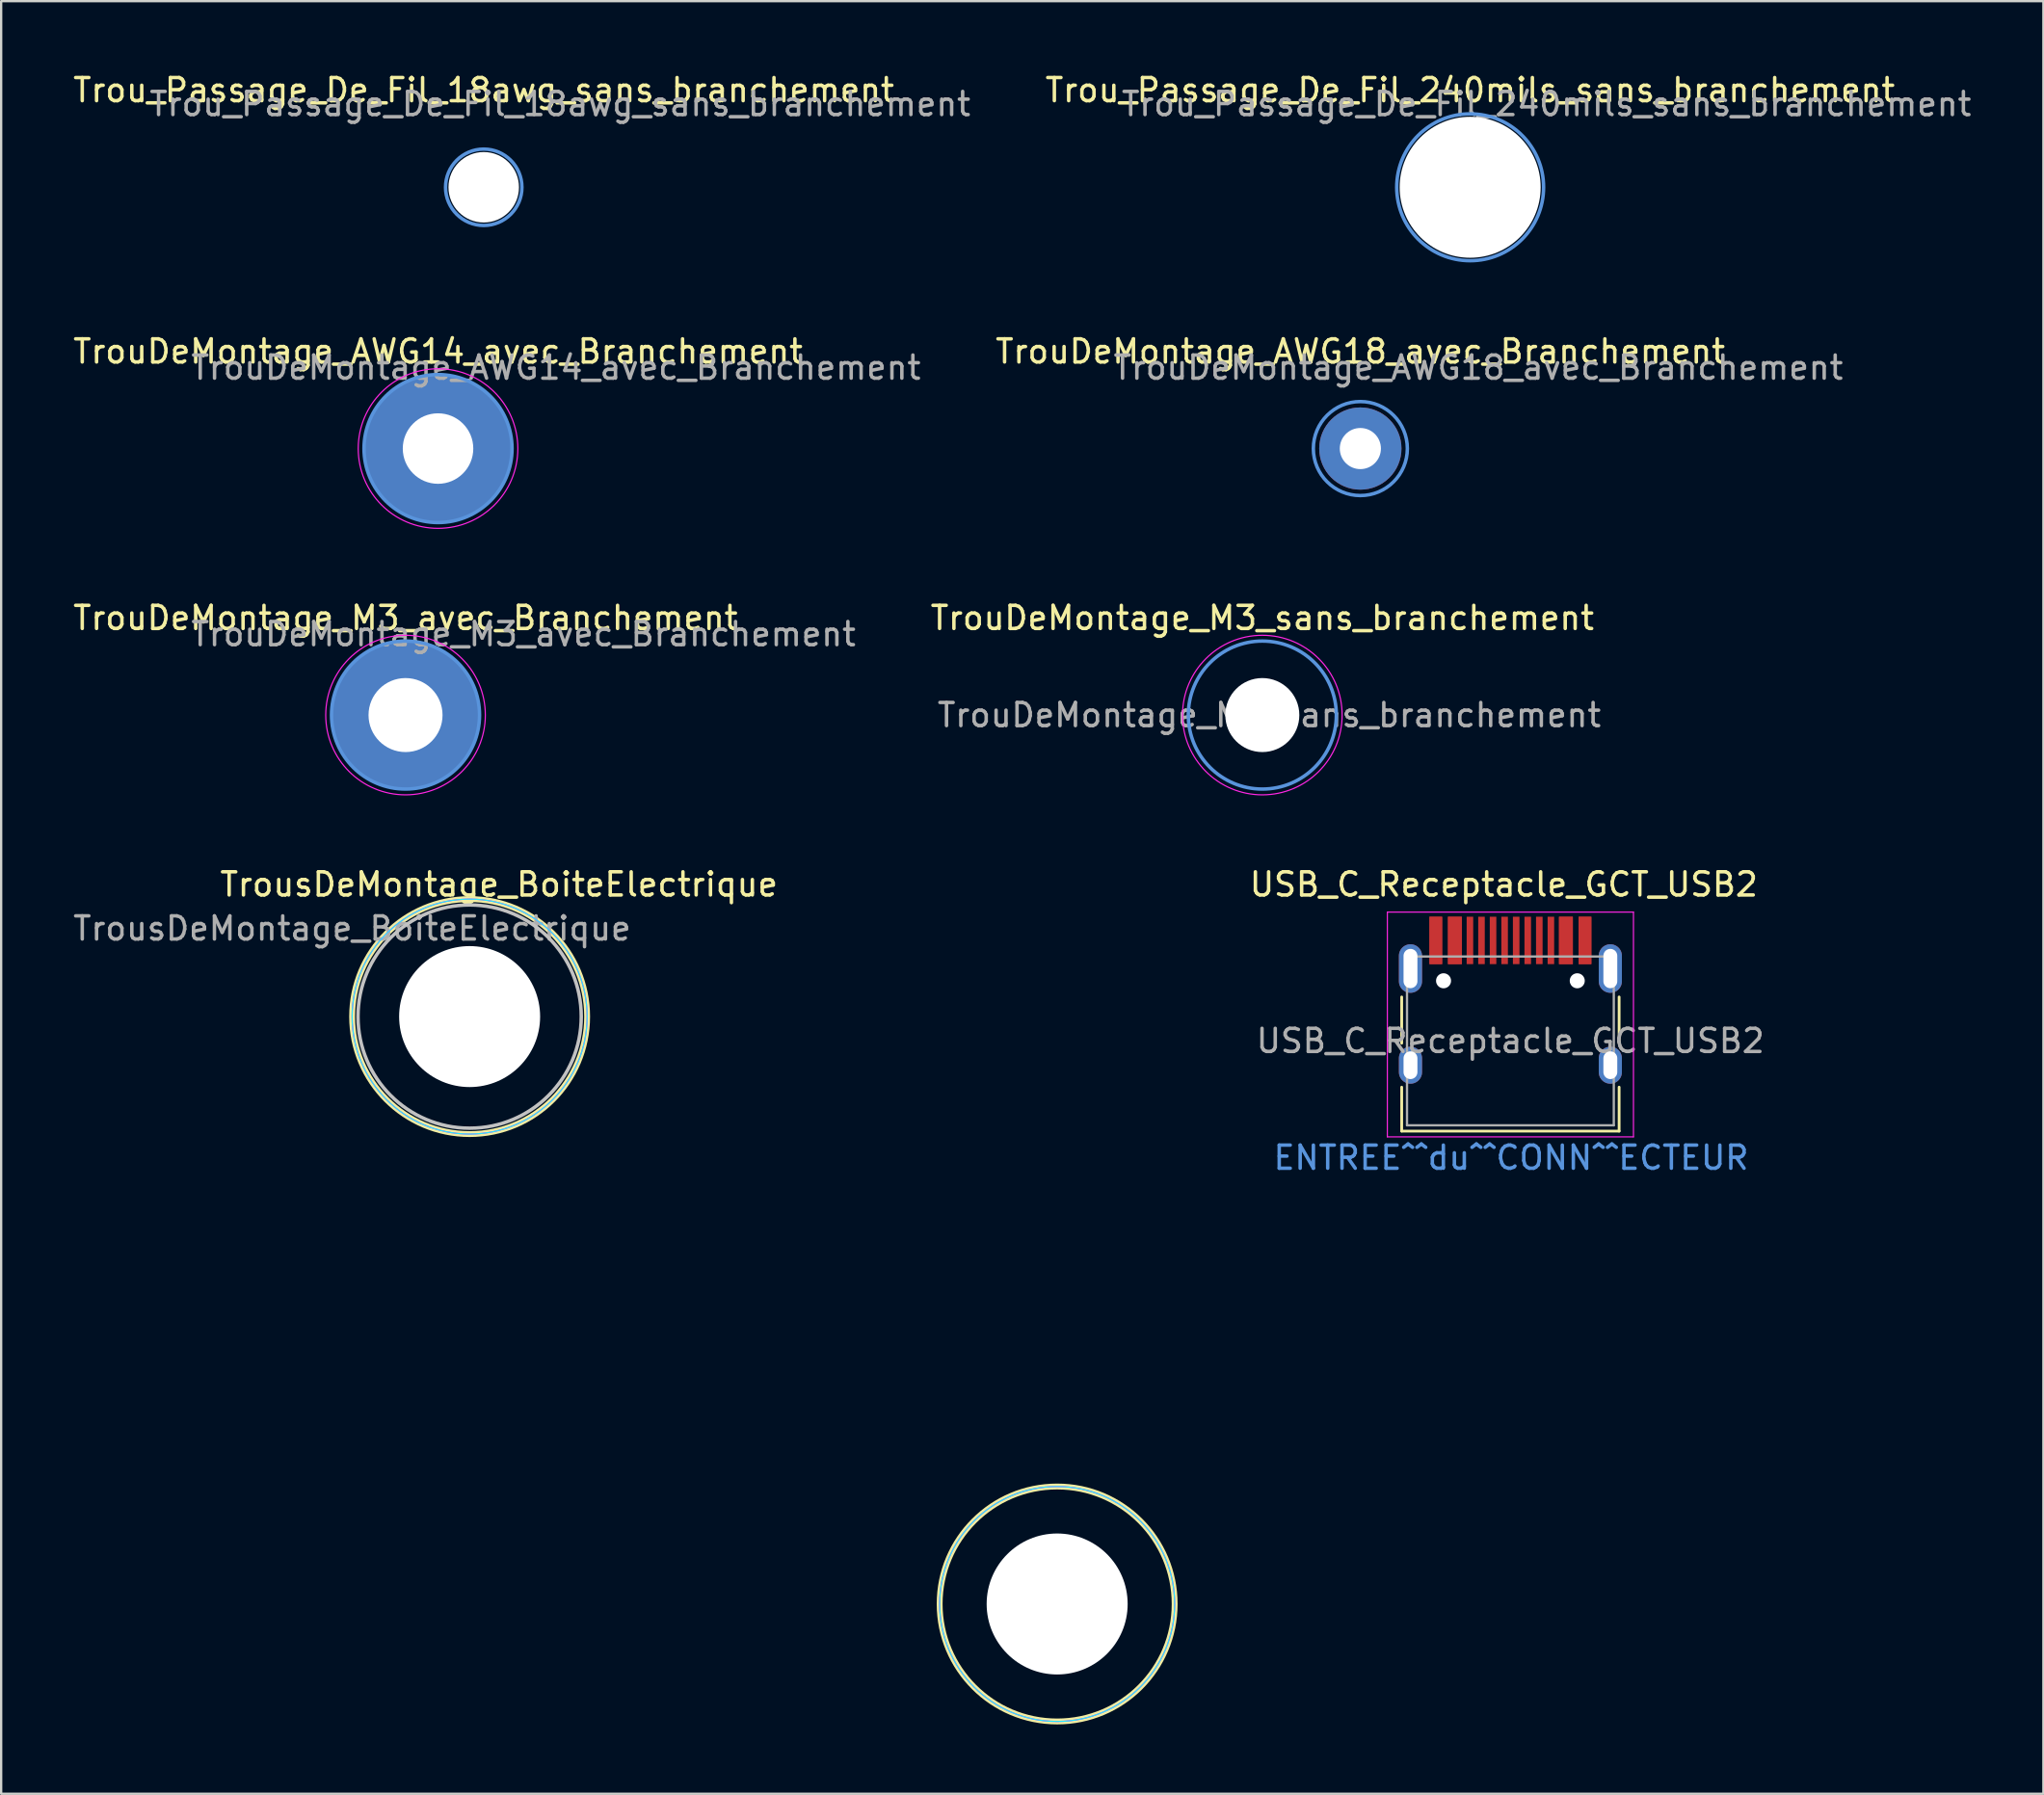
<source format=kicad_pcb>
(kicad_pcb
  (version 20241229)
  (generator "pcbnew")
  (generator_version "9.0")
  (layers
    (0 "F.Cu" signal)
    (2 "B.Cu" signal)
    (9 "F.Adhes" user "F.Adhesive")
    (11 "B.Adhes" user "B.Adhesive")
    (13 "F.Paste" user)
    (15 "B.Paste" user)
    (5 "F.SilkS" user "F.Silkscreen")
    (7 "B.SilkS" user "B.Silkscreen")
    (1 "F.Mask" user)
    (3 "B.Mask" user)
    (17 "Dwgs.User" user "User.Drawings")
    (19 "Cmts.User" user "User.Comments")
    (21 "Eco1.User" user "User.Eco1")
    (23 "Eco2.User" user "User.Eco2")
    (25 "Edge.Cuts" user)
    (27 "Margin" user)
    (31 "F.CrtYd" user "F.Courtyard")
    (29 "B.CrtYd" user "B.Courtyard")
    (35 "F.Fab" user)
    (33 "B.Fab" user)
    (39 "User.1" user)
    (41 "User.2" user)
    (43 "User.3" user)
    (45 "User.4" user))
  (footprint "TrouDeMontage_AWG18_avec_Branchement"
    (layer "F.Cu")
    (at 55.761 16.346)
    (property "Reference" "TrouDeMontage_AWG18_avec_Branchement" (at 0 -4.2 0) (layer "F.SilkS") (effects (font (size 1 1) (thickness 0.15))))
    (attr exclude_from_pos_files exclude_from_bom)
    (fp_circle (center 0 0) (end 2.032 0) (stroke (width 0.15) (type solid)) (fill no) (layer "Cmts.User"))
    (fp_circle (center 0 0) (end 2.032 0) (stroke (width 0.05) (type solid)) (fill no) (layer "F.CrtYd"))
    (fp_text user "${REFERENCE}" (at 5.1 -3.5 0) (layer "F.Fab") (effects (font (size 1 1) (thickness 0.15))))
    (pad "1" thru_hole circle (at 0 0) (size 3.556 3.556) (drill 1.778) (layers "*.Cu" "*.Mask")))
  (footprint "Trou_Passage_De_Fil_240mils_sans_branchement"
    (layer "F.Cu")
    (at 60.508 5.048)
    (property "Reference" "Trou_Passage_De_Fil_240mils_sans_branchement" (at 0 -4.2 0) (layer "F.SilkS") (effects (font (size 1 1) (thickness 0.15))))
    (attr exclude_from_pos_files exclude_from_bom)
    (fp_circle (center 0 0) (end 3.175 0) (stroke (width 0.15) (type solid)) (fill no) (layer "Cmts.User"))
    (fp_circle (center 0 0) (end 3.175 0) (stroke (width 0.05) (type solid)) (fill no) (layer "F.CrtYd"))
    (fp_text user "${REFERENCE}" (at 3.3 -3.6 0) (layer "F.Fab") (effects (font (size 1 1) (thickness 0.15))))
    (pad "" np_thru_hole circle (at 0 0) (size 6.096 6.096) (drill 6.096) (layers "*.Cu" "*.Mask")))
  (footprint "TrouDeMontage_M3_sans_branchement"
    (layer "F.Cu")
    (at 51.523 27.87)
    (property "Reference" "TrouDeMontage_M3_sans_branchement" (at 0 -4.2 0) (layer "F.SilkS") (effects (font (size 1 1) (thickness 0.15))))
    (attr exclude_from_pos_files exclude_from_bom)
    (fp_circle (center 0 0) (end 3.2 0) (stroke (width 0.15) (type solid)) (fill no) (layer "Cmts.User"))
    (fp_circle (center 0 0) (end 3.45 0) (stroke (width 0.05) (type solid)) (fill no) (layer "F.CrtYd"))
    (fp_text user "${REFERENCE}" (at 0.3 0 0) (layer "F.Fab") (effects (font (size 1 1) (thickness 0.15))))
    (pad "" np_thru_hole circle (at 0 0) (size 3.2 3.2) (drill 3.2) (layers "*.Cu" "*.Mask")))
  (footprint "USB_C_Receptacle_GCT_USB2"
    (layer "F.Cu")
    (at 62.248 41.96)
    (property "Reference" "USB_C_Receptacle_GCT_USB2" (at -0.287 -6.767 0) (layer "F.SilkS") (effects (font (size 1 1) (thickness 0.15))))
    (attr smd)
    (fp_line (start -4.7 -1.9) (end -4.7 0.1) (stroke (width 0.12) (type solid)) (layer "F.SilkS"))
    (fp_line (start -4.7 2) (end -4.7 3.9) (stroke (width 0.12) (type solid)) (layer "F.SilkS"))
    (fp_line (start -4.7 3.9) (end 4.7 3.9) (stroke (width 0.12) (type solid)) (layer "F.SilkS"))
    (fp_line (start 4.7 -1.9) (end 4.7 0.1) (stroke (width 0.12) (type solid)) (layer "F.SilkS"))
    (fp_line (start 4.7 2) (end 4.7 3.9) (stroke (width 0.12) (type solid)) (layer "F.SilkS"))
    (fp_line (start -5.32 -5.57) (end 5.32 -5.57) (stroke (width 0.05) (type solid)) (layer "F.CrtYd"))
    (fp_line (start -5.32 4.15) (end 5.32 4.15) (stroke (width 0.05) (type solid)) (layer "F.CrtYd"))
    (fp_line (start -5.319 -5.57) (end -5.32 4.15) (stroke (width 0.05) (type solid)) (layer "F.CrtYd"))
    (fp_line (start 5.32 -5.57) (end 5.32 4.15) (stroke (width 0.05) (type solid)) (layer "F.CrtYd"))
    (fp_line (start -4.47 -3.65) (end -4.47 3.65) (stroke (width 0.1) (type solid)) (layer "F.Fab"))
    (fp_line (start -4.47 -3.65) (end 4.47 -3.65) (stroke (width 0.1) (type solid)) (layer "F.Fab"))
    (fp_line (start -4.47 3.65) (end 4.47 3.65) (stroke (width 0.1) (type solid)) (layer "F.Fab"))
    (fp_line (start 4.47 -3.65) (end 4.47 3.65) (stroke (width 0.1) (type solid)) (layer "F.Fab"))
    (fp_text user "ENTREE^^du^^CONN^^ECTEUR" (at 0.03 5.05 0) (layer "Cmts.User") (effects (font (size 1 1) (thickness 0.15))))
    (fp_text user "${REFERENCE}" (at 0 0 0) (layer "F.Fab") (effects (font (size 1 1) (thickness 0.15))))
    (pad "" np_thru_hole circle (at -2.89 -2.6) (size 0.65 0.65) (drill 0.65) (layers "*.Cu" "*.Mask"))
    (pad "" np_thru_hole circle (at 2.89 -2.6) (size 0.65 0.65) (drill 0.65) (layers "*.Cu" "*.Mask"))
    (pad "A1" smd rect (at -3.225 -4.345) (size 0.551 2.05) (layers "F.Cu" "F.Mask" "F.Paste"))
    (pad "A4" smd rect (at -2.4 -4.345) (size 0.6 2.05) (layers "F.Cu" "F.Mask" "F.Paste"))
    (pad "A5" smd rect (at -1.25 -4.345) (size 0.284 2.05) (layers "F.Cu" "F.Mask" "F.Paste"))
    (pad "A6" smd rect (at -0.25 -4.345) (size 0.284 2.05) (layers "F.Cu" "F.Mask" "F.Paste"))
    (pad "A7" smd rect (at 0.25 -4.345) (size 0.284 2.05) (layers "F.Cu" "F.Mask" "F.Paste"))
    (pad "A8" smd rect (at 1.25 -4.345) (size 0.284 2.05) (layers "F.Cu" "F.Mask" "F.Paste"))
    (pad "A9" smd rect (at 2.4 -4.345) (size 0.6 2.05) (layers "F.Cu" "F.Mask" "F.Paste"))
    (pad "A12" smd rect (at 3.225 -4.345) (size 0.551 2.05) (layers "F.Cu" "F.Mask" "F.Paste"))
    (pad "B1" smd rect (at 3.225 -4.345) (size 0.551 2.05) (layers "F.Cu" "F.Mask" "F.Paste"))
    (pad "B4" smd rect (at 2.4 -4.345) (size 0.6 2.05) (layers "F.Cu" "F.Mask" "F.Paste"))
    (pad "B5" smd rect (at 1.75 -4.345) (size 0.284 2.05) (layers "F.Cu" "F.Mask" "F.Paste"))
    (pad "B6" smd rect (at 0.75 -4.345) (size 0.284 2.05) (layers "F.Cu" "F.Mask" "F.Paste"))
    (pad "B7" smd rect (at -0.75 -4.345) (size 0.284 2.05) (layers "F.Cu" "F.Mask" "F.Paste"))
    (pad "B8" smd rect (at -1.75 -4.345) (size 0.284 2.05) (layers "F.Cu" "F.Mask" "F.Paste"))
    (pad "B9" smd rect (at -2.4 -4.345) (size 0.6 2.05) (layers "F.Cu" "F.Mask" "F.Paste"))
    (pad "B12" smd rect (at -3.225 -4.345) (size 0.551 2.05) (layers "F.Cu" "F.Mask" "F.Paste"))
    (pad "S1" thru_hole oval (at -4.32 -3.13) (size 1 2.1) (drill oval 0.6 1.7) (layers "*.Cu" "*.Mask"))
    (pad "S1" thru_hole oval (at -4.32 1.05) (size 1 1.6) (drill oval 0.6 1.2) (layers "*.Cu" "*.Mask"))
    (pad "S1" thru_hole oval (at 4.32 -3.13) (size 1 2.1) (drill oval 0.6 1.7) (layers "*.Cu" "*.Mask"))
    (pad "S1" thru_hole oval (at 4.32 1.05) (size 1 1.6) (drill oval 0.6 1.2) (layers "*.Cu" "*.Mask")))
  (footprint "TrouDeMontage_AWG14_avec_Branchement"
    (layer "F.Cu")
    (at 15.887 16.346)
    (property "Reference" "TrouDeMontage_AWG14_avec_Branchement" (at 0 -4.2 0) (layer "F.SilkS") (effects (font (size 1 1) (thickness 0.15))))
    (attr exclude_from_pos_files exclude_from_bom)
    (fp_circle (center 0 0) (end 3.2 0) (stroke (width 0.15) (type solid)) (fill no) (layer "Cmts.User"))
    (fp_circle (center 0 0) (end 3.45 0) (stroke (width 0.05) (type solid)) (fill no) (layer "F.CrtYd"))
    (fp_text user "${REFERENCE}" (at 5.1 -3.5 0) (layer "F.Fab") (effects (font (size 1 1) (thickness 0.15))))
    (pad "1" thru_hole circle (at 0 0) (size 6.4 6.4) (drill 3.048) (layers "*.Cu" "*.Mask")))
  (footprint "TrouDeMontage_M3_avec_Branchement"
    (layer "F.Cu")
    (at 14.482 27.87)
    (property "Reference" "TrouDeMontage_M3_avec_Branchement" (at 0 -4.2 0) (layer "F.SilkS") (effects (font (size 1 1) (thickness 0.15))))
    (attr exclude_from_pos_files exclude_from_bom)
    (fp_circle (center 0 0) (end 3.2 0) (stroke (width 0.15) (type solid)) (fill no) (layer "Cmts.User"))
    (fp_circle (center 0 0) (end 3.45 0) (stroke (width 0.05) (type solid)) (fill no) (layer "F.CrtYd"))
    (fp_text user "${REFERENCE}" (at 5.1 -3.5 0) (layer "F.Fab") (effects (font (size 1 1) (thickness 0.15))))
    (pad "1" thru_hole circle (at 0 0) (size 6.4 6.4) (drill 3.2) (layers "*.Cu" "*.Mask")))
  (footprint "Trou_Passage_De_Fil_18awg_sans_branchement"
    (layer "F.Cu")
    (at 17.863 5.048)
    (property "Reference" "Trou_Passage_De_Fil_18awg_sans_branchement" (at 0 -4.2 0) (layer "F.SilkS") (effects (font (size 1 1) (thickness 0.15))))
    (attr exclude_from_pos_files exclude_from_bom)
    (fp_circle (center 0 0) (end 1.651 0) (stroke (width 0.15) (type solid)) (fill no) (layer "Cmts.User"))
    (fp_circle (center 0 0) (end 1.651 0) (stroke (width 0.05) (type solid)) (fill no) (layer "F.CrtYd"))
    (fp_text user "${REFERENCE}" (at 3.3 -3.6 0) (layer "F.Fab") (effects (font (size 1 1) (thickness 0.15))))
    (pad "" np_thru_hole circle (at 0 0) (size 3.048 3.048) (drill 3.048) (layers "*.Cu" "*.Mask")))
  (footprint "TrousDeMontage_BoiteElectrique"
    (layer "F.Cu")
    (at 17.253 40.908)
    (property "Reference" "TrousDeMontage_BoiteElectrique" (at 1.27 -5.715 0) (layer "F.SilkS") (effects (font (size 1 1) (thickness 0.15))))
    (attr exclude_from_pos_files exclude_from_bom)
    (fp_circle (center 0 0) (end 5.08 0) (stroke (width 0.254) (type solid)) (fill no) (layer "F.SilkS"))
    (fp_circle (center 25.4 25.4) (end 30.48 25.4) (stroke (width 0.254) (type solid)) (fill no) (layer "F.SilkS"))
    (fp_circle (center 0 0) (end 4.826 0) (stroke (width 0.15) (type solid)) (fill no) (layer "Dwgs.User"))
    (fp_circle (center 0 0) (end 5.08 0) (stroke (width 0.05) (type solid)) (fill no) (layer "B.CrtYd"))
    (fp_circle (center 25.4 25.4) (end 30.48 25.4) (stroke (width 0.05) (type solid)) (fill no) (layer "B.CrtYd"))
    (fp_circle (center 0 0) (end 5.08 0) (stroke (width 0.05) (type solid)) (fill no) (layer "F.CrtYd"))
    (fp_circle (center 25.4 25.4) (end 30.48 25.4) (stroke (width 0.05) (type solid)) (fill no) (layer "F.CrtYd"))
    (fp_text user "${REFERENCE}" (at -5.08 -3.81 0) (layer "F.Fab") (effects (font (size 1 1) (thickness 0.15))))
    (pad "" np_thru_hole circle (at 0 0) (size 6.096 6.096) (drill 6.096) (layers "*.Cu" "*.Mask"))
    (pad "" np_thru_hole circle (at 25.4 25.4) (size 6.096 6.096) (drill 6.096) (layers "*.Cu" "*.Mask")))
  (gr_rect
    (start -3 -3)
    (end 85.29 74.515)
    (stroke (width 0.1) (type default))
    (fill no)
    (layer "Edge.Cuts")))
</source>
